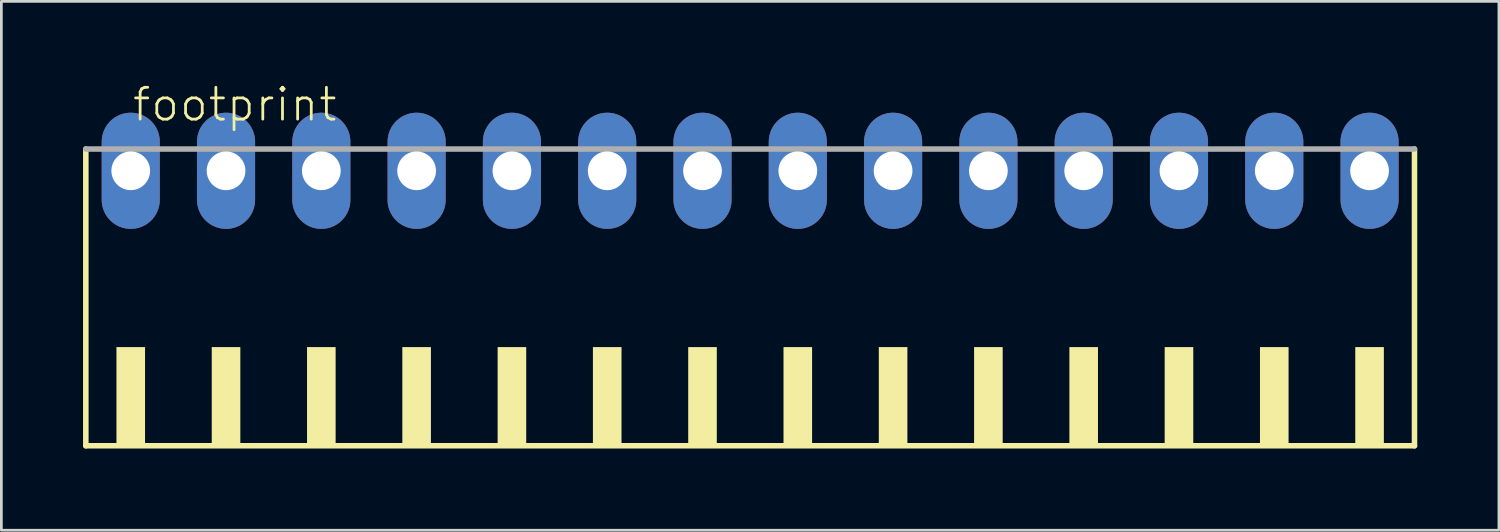
<source format=kicad_pcb>
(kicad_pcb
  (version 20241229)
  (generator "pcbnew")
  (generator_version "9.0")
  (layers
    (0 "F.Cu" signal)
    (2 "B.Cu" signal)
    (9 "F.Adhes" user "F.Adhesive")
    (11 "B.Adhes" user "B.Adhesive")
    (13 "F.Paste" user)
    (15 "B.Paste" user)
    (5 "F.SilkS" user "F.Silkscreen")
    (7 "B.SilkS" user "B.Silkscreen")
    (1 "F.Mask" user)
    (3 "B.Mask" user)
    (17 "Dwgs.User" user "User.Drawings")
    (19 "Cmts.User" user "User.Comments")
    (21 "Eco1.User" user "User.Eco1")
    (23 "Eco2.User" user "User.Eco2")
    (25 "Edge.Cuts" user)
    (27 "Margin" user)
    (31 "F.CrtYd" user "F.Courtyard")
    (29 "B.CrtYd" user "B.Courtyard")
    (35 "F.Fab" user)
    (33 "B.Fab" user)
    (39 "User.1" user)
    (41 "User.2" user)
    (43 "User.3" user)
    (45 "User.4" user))
  (footprint "footprint"
    (layer "F.Cu")
    (at 24.502 8.473)
    (property "Reference" "footprint" (at -22.75 -7 0) (layer "F.SilkS") (effects (font (size 1.168 1.168) (thickness 0.102)) (justify left bottom)))
    (fp_line (start -24.4 -6.05) (end -24.4 4.85) (stroke (width 0.203) (type solid)) (layer "F.SilkS"))
    (fp_line (start -24.4 4.85) (end 24.4 4.85) (stroke (width 0.203) (type solid)) (layer "F.SilkS"))
    (fp_line (start 24.4 4.85) (end 24.4 -6.05) (stroke (width 0.203) (type solid)) (layer "F.SilkS"))
    (fp_poly (pts (xy -23.275 4.9) (xy -22.225 4.9) (xy -22.225 1.225) (xy -23.275 1.225)) (stroke (width 0) (type solid)) (fill yes) (layer "F.SilkS"))
    (fp_poly (pts (xy -19.775 4.9) (xy -18.725 4.9) (xy -18.725 1.225) (xy -19.775 1.225)) (stroke (width 0) (type solid)) (fill yes) (layer "F.SilkS"))
    (fp_poly (pts (xy -16.275 4.9) (xy -15.225 4.9) (xy -15.225 1.225) (xy -16.275 1.225)) (stroke (width 0) (type solid)) (fill yes) (layer "F.SilkS"))
    (fp_poly (pts (xy -12.775 4.9) (xy -11.725 4.9) (xy -11.725 1.225) (xy -12.775 1.225)) (stroke (width 0) (type solid)) (fill yes) (layer "F.SilkS"))
    (fp_poly (pts (xy -9.275 4.9) (xy -8.225 4.9) (xy -8.225 1.225) (xy -9.275 1.225)) (stroke (width 0) (type solid)) (fill yes) (layer "F.SilkS"))
    (fp_poly (pts (xy -5.775 4.9) (xy -4.725 4.9) (xy -4.725 1.225) (xy -5.775 1.225)) (stroke (width 0) (type solid)) (fill yes) (layer "F.SilkS"))
    (fp_poly (pts (xy -2.275 4.9) (xy -1.225 4.9) (xy -1.225 1.225) (xy -2.275 1.225)) (stroke (width 0) (type solid)) (fill yes) (layer "F.SilkS"))
    (fp_poly (pts (xy 1.225 4.9) (xy 2.275 4.9) (xy 2.275 1.225) (xy 1.225 1.225)) (stroke (width 0) (type solid)) (fill yes) (layer "F.SilkS"))
    (fp_poly (pts (xy 4.725 4.9) (xy 5.775 4.9) (xy 5.775 1.225) (xy 4.725 1.225)) (stroke (width 0) (type solid)) (fill yes) (layer "F.SilkS"))
    (fp_poly (pts (xy 8.225 4.9) (xy 9.275 4.9) (xy 9.275 1.225) (xy 8.225 1.225)) (stroke (width 0) (type solid)) (fill yes) (layer "F.SilkS"))
    (fp_poly (pts (xy 11.725 4.9) (xy 12.775 4.9) (xy 12.775 1.225) (xy 11.725 1.225)) (stroke (width 0) (type solid)) (fill yes) (layer "F.SilkS"))
    (fp_poly (pts (xy 15.225 4.9) (xy 16.275 4.9) (xy 16.275 1.225) (xy 15.225 1.225)) (stroke (width 0) (type solid)) (fill yes) (layer "F.SilkS"))
    (fp_poly (pts (xy 18.725 4.9) (xy 19.775 4.9) (xy 19.775 1.225) (xy 18.725 1.225)) (stroke (width 0) (type solid)) (fill yes) (layer "F.SilkS"))
    (fp_poly (pts (xy 22.225 4.9) (xy 23.275 4.9) (xy 23.275 1.225) (xy 22.225 1.225)) (stroke (width 0) (type solid)) (fill yes) (layer "F.SilkS"))
    (fp_line (start 24.4 -6.05) (end -24.4 -6.05) (stroke (width 0.203) (type solid)) (layer "F.Fab"))
    (pad "1" thru_hole oval (at -22.75 -5.25 90) (size 4.267 2.134) (drill 1.422) (layers "*.Cu" "*.Mask"))
    (pad "2" thru_hole oval (at -19.25 -5.25 90) (size 4.267 2.134) (drill 1.422) (layers "*.Cu" "*.Mask"))
    (pad "3" thru_hole oval (at -15.75 -5.25 90) (size 4.267 2.134) (drill 1.422) (layers "*.Cu" "*.Mask"))
    (pad "4" thru_hole oval (at -12.25 -5.25 90) (size 4.267 2.134) (drill 1.422) (layers "*.Cu" "*.Mask"))
    (pad "5" thru_hole oval (at -8.75 -5.25 90) (size 4.267 2.134) (drill 1.422) (layers "*.Cu" "*.Mask"))
    (pad "6" thru_hole oval (at -5.25 -5.25 90) (size 4.267 2.134) (drill 1.422) (layers "*.Cu" "*.Mask"))
    (pad "7" thru_hole oval (at -1.75 -5.25 90) (size 4.267 2.134) (drill 1.422) (layers "*.Cu" "*.Mask"))
    (pad "8" thru_hole oval (at 1.75 -5.25 90) (size 4.267 2.134) (drill 1.422) (layers "*.Cu" "*.Mask"))
    (pad "9" thru_hole oval (at 5.25 -5.25 90) (size 4.267 2.134) (drill 1.422) (layers "*.Cu" "*.Mask"))
    (pad "10" thru_hole oval (at 8.75 -5.25 90) (size 4.267 2.134) (drill 1.422) (layers "*.Cu" "*.Mask"))
    (pad "11" thru_hole oval (at 12.25 -5.25 90) (size 4.267 2.134) (drill 1.422) (layers "*.Cu" "*.Mask"))
    (pad "12" thru_hole oval (at 15.75 -5.25 90) (size 4.267 2.134) (drill 1.422) (layers "*.Cu" "*.Mask"))
    (pad "13" thru_hole oval (at 19.25 -5.25 90) (size 4.267 2.134) (drill 1.422) (layers "*.Cu" "*.Mask"))
    (pad "14" thru_hole oval (at 22.75 -5.25 90) (size 4.267 2.134) (drill 1.422) (layers "*.Cu" "*.Mask")))
  (gr_rect
    (start -3 -3)
    (end 52.003 16.425)
    (stroke (width 0.1) (type default))
    (fill no)
    (layer "Edge.Cuts")))
</source>
